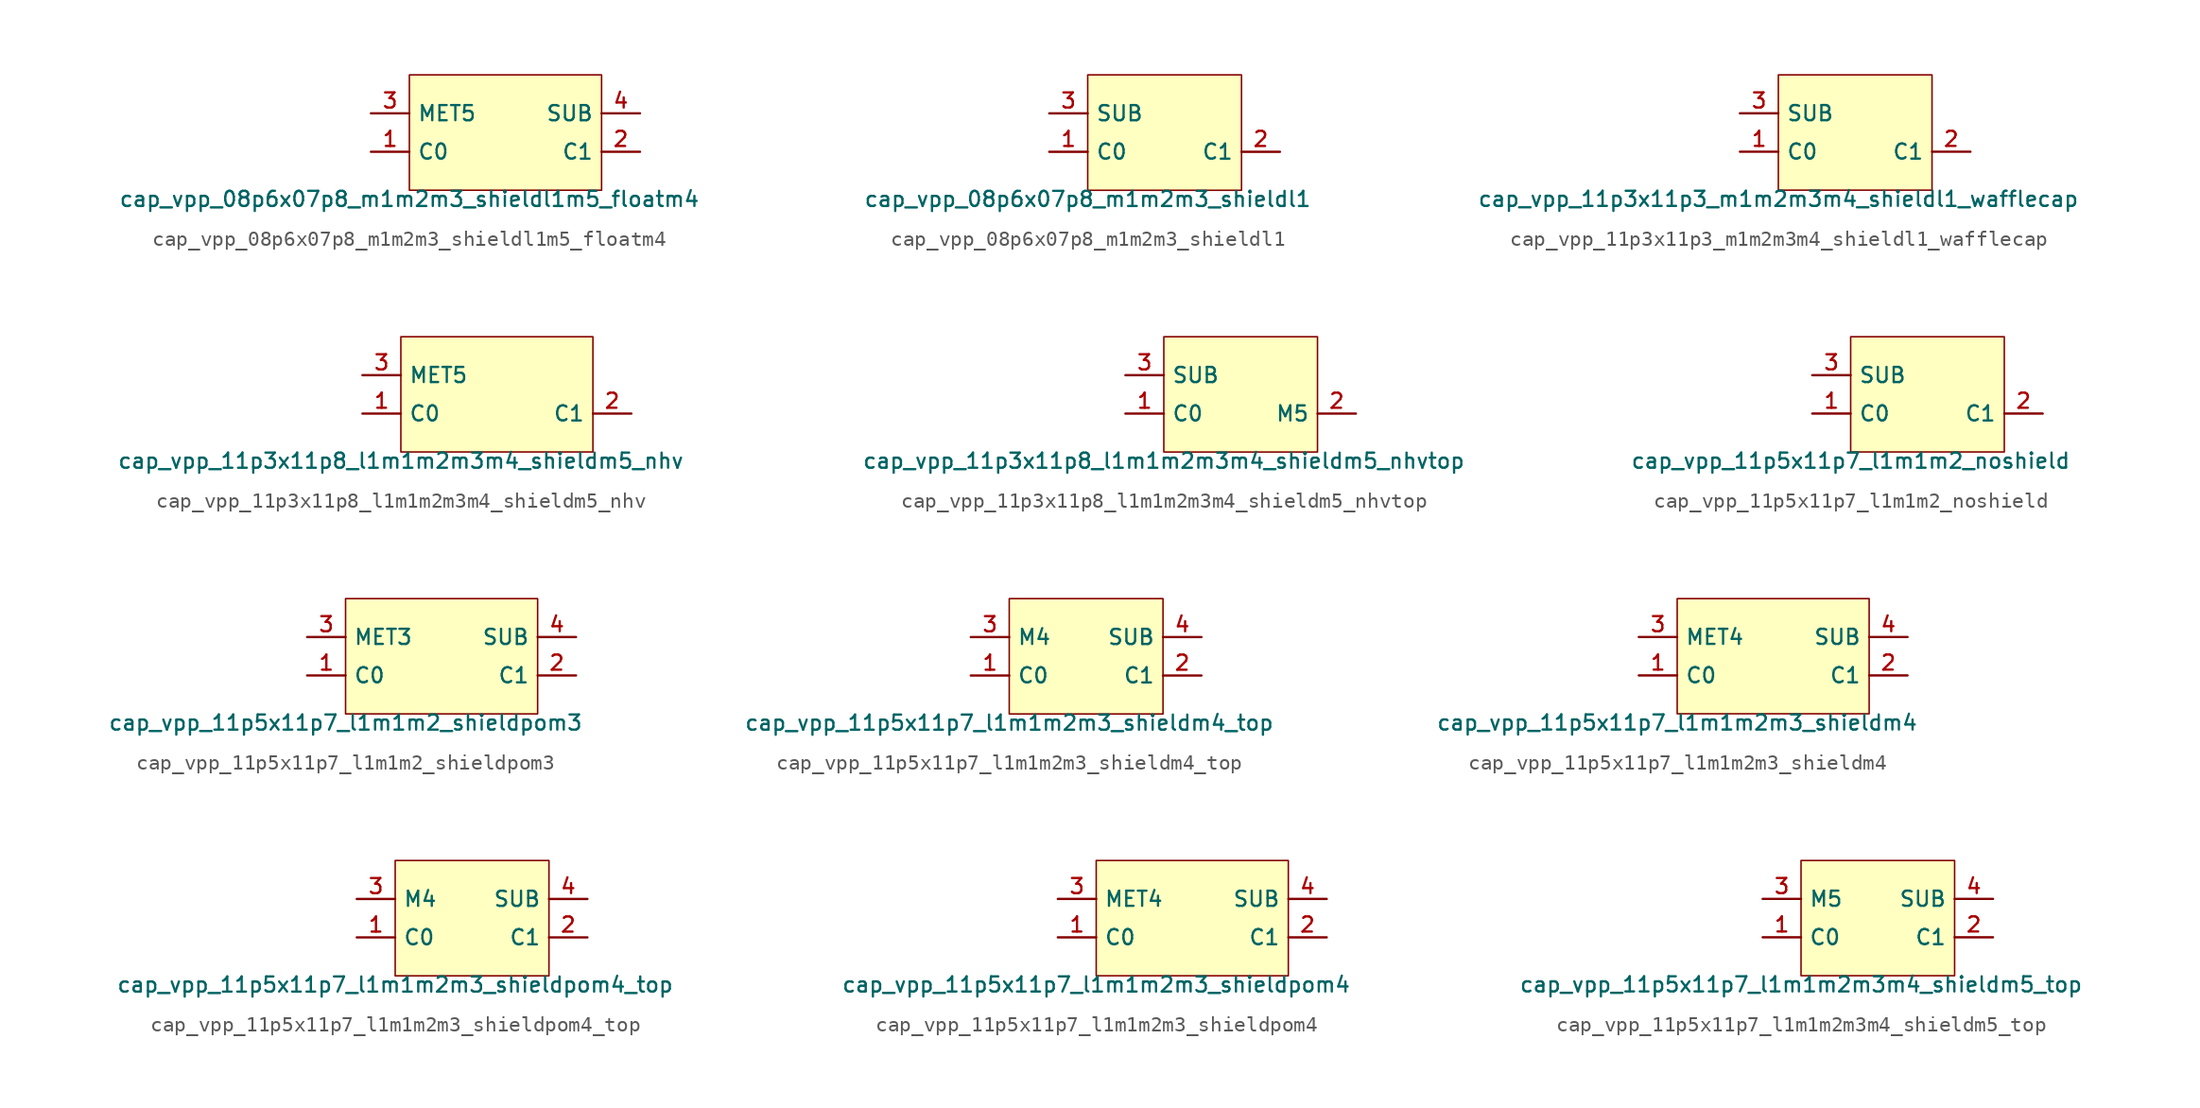
<source format=kicad_sym>
(kicad_symbol_lib
  (version 20211014)
  (generator pdk2kicad)
  (symbol "cap_vpp_08p6x07p8_m1m2m3_shieldl1m5_floatm4"
    (property "Reference" "X"
      (at 0 0 0)
      (effects (font (size 1 1)) hide))
    (property "Value" "cap_vpp_08p6x07p8_m1m2m3_shieldl1m5_floatm4"
      (at -6.35 -3.81 0)
      (effects (font (size 1 1)) (justify top)))
    (rectangle
      (start -6.35 -3.81)
      (end 6.35 3.81)
      (stroke (width 0.1) (type solid) (color 0 0 0 0))
      (fill (type background)))
    (pin bidirectional line
      (at -8.89 -1.27 0)
      (length 2.54)
      (name "C0" (effects (font (size 1 1)) hide))
      (number "1" (effects (font (size 1 1)) hide)))
    (pin bidirectional line
      (at 8.89 -1.27 180)
      (length 2.54)
      (name "C1" (effects (font (size 1 1)) hide))
      (number "2" (effects (font (size 1 1)) hide)))
    (pin bidirectional line
      (at -8.89 1.27 0)
      (length 2.54)
      (name "MET5" (effects (font (size 1 1)) hide))
      (number "3" (effects (font (size 1 1)) hide)))
    (pin bidirectional line
      (at 8.89 1.27 180)
      (length 2.54)
      (name "SUB" (effects (font (size 1 1)) hide))
      (number "4" (effects (font (size 1 1)) hide))))
  (symbol "cap_vpp_08p6x07p8_m1m2m3_shieldl1"
    (property "Reference" "X"
      (at 0 0 0)
      (effects (font (size 1 1)) hide))
    (property "Value" "cap_vpp_08p6x07p8_m1m2m3_shieldl1"
      (at -5.08 -3.81 0)
      (effects (font (size 1 1)) (justify top)))
    (rectangle
      (start -5.08 -3.81)
      (end 5.08 3.81)
      (stroke (width 0.1) (type solid) (color 0 0 0 0))
      (fill (type background)))
    (pin bidirectional line
      (at -7.62 -1.27 0)
      (length 2.54)
      (name "C0" (effects (font (size 1 1)) hide))
      (number "1" (effects (font (size 1 1)) hide)))
    (pin bidirectional line
      (at 7.62 -1.27 180)
      (length 2.54)
      (name "C1" (effects (font (size 1 1)) hide))
      (number "2" (effects (font (size 1 1)) hide)))
    (pin bidirectional line
      (at -7.62 1.27 0)
      (length 2.54)
      (name "SUB" (effects (font (size 1 1)) hide))
      (number "3" (effects (font (size 1 1)) hide))))
  (symbol "cap_vpp_11p3x11p3_m1m2m3m4_shieldl1_wafflecap"
    (property "Reference" "X"
      (at 0 0 0)
      (effects (font (size 1 1)) hide))
    (property "Value" "cap_vpp_11p3x11p3_m1m2m3m4_shieldl1_wafflecap"
      (at -5.08 -3.81 0)
      (effects (font (size 1 1)) (justify top)))
    (rectangle
      (start -5.08 -3.81)
      (end 5.08 3.81)
      (stroke (width 0.1) (type solid) (color 0 0 0 0))
      (fill (type background)))
    (pin bidirectional line
      (at -7.62 -1.27 0)
      (length 2.54)
      (name "C0" (effects (font (size 1 1)) hide))
      (number "1" (effects (font (size 1 1)) hide)))
    (pin bidirectional line
      (at 7.62 -1.27 180)
      (length 2.54)
      (name "C1" (effects (font (size 1 1)) hide))
      (number "2" (effects (font (size 1 1)) hide)))
    (pin bidirectional line
      (at -7.62 1.27 0)
      (length 2.54)
      (name "SUB" (effects (font (size 1 1)) hide))
      (number "3" (effects (font (size 1 1)) hide))))
  (symbol "cap_vpp_11p3x11p8_l1m1m2m3m4_shieldm5_nhv"
    (property "Reference" "X"
      (at 0 0 0)
      (effects (font (size 1 1)) hide))
    (property "Value" "cap_vpp_11p3x11p8_l1m1m2m3m4_shieldm5_nhv"
      (at -6.35 -3.81 0)
      (effects (font (size 1 1)) (justify top)))
    (rectangle
      (start -6.35 -3.81)
      (end 6.35 3.81)
      (stroke (width 0.1) (type solid) (color 0 0 0 0))
      (fill (type background)))
    (pin bidirectional line
      (at -8.89 -1.27 0)
      (length 2.54)
      (name "C0" (effects (font (size 1 1)) hide))
      (number "1" (effects (font (size 1 1)) hide)))
    (pin bidirectional line
      (at 8.89 -1.27 180)
      (length 2.54)
      (name "C1" (effects (font (size 1 1)) hide))
      (number "2" (effects (font (size 1 1)) hide)))
    (pin bidirectional line
      (at -8.89 1.27 0)
      (length 2.54)
      (name "MET5" (effects (font (size 1 1)) hide))
      (number "3" (effects (font (size 1 1)) hide))))
  (symbol "cap_vpp_11p3x11p8_l1m1m2m3m4_shieldm5_nhvtop"
    (property "Reference" "X"
      (at 0 0 0)
      (effects (font (size 1 1)) hide))
    (property "Value" "cap_vpp_11p3x11p8_l1m1m2m3m4_shieldm5_nhvtop"
      (at -5.08 -3.81 0)
      (effects (font (size 1 1)) (justify top)))
    (rectangle
      (start -5.08 -3.81)
      (end 5.08 3.81)
      (stroke (width 0.1) (type solid) (color 0 0 0 0))
      (fill (type background)))
    (pin bidirectional line
      (at -7.62 -1.27 0)
      (length 2.54)
      (name "C0" (effects (font (size 1 1)) hide))
      (number "1" (effects (font (size 1 1)) hide)))
    (pin bidirectional line
      (at 7.62 -1.27 180)
      (length 2.54)
      (name "M5" (effects (font (size 1 1)) hide))
      (number "2" (effects (font (size 1 1)) hide)))
    (pin bidirectional line
      (at -7.62 1.27 0)
      (length 2.54)
      (name "SUB" (effects (font (size 1 1)) hide))
      (number "3" (effects (font (size 1 1)) hide))))
  (symbol "cap_vpp_11p5x11p7_l1m1m2_noshield"
    (property "Reference" "X"
      (at 0 0 0)
      (effects (font (size 1 1)) hide))
    (property "Value" "cap_vpp_11p5x11p7_l1m1m2_noshield"
      (at -5.08 -3.81 0)
      (effects (font (size 1 1)) (justify top)))
    (rectangle
      (start -5.08 -3.81)
      (end 5.08 3.81)
      (stroke (width 0.1) (type solid) (color 0 0 0 0))
      (fill (type background)))
    (pin bidirectional line
      (at -7.62 -1.27 0)
      (length 2.54)
      (name "C0" (effects (font (size 1 1)) hide))
      (number "1" (effects (font (size 1 1)) hide)))
    (pin bidirectional line
      (at 7.62 -1.27 180)
      (length 2.54)
      (name "C1" (effects (font (size 1 1)) hide))
      (number "2" (effects (font (size 1 1)) hide)))
    (pin bidirectional line
      (at -7.62 1.27 0)
      (length 2.54)
      (name "SUB" (effects (font (size 1 1)) hide))
      (number "3" (effects (font (size 1 1)) hide))))
  (symbol "cap_vpp_11p5x11p7_l1m1m2_shieldpom3"
    (property "Reference" "X"
      (at 0 0 0)
      (effects (font (size 1 1)) hide))
    (property "Value" "cap_vpp_11p5x11p7_l1m1m2_shieldpom3"
      (at -6.35 -3.81 0)
      (effects (font (size 1 1)) (justify top)))
    (rectangle
      (start -6.35 -3.81)
      (end 6.35 3.81)
      (stroke (width 0.1) (type solid) (color 0 0 0 0))
      (fill (type background)))
    (pin bidirectional line
      (at -8.89 -1.27 0)
      (length 2.54)
      (name "C0" (effects (font (size 1 1)) hide))
      (number "1" (effects (font (size 1 1)) hide)))
    (pin bidirectional line
      (at 8.89 -1.27 180)
      (length 2.54)
      (name "C1" (effects (font (size 1 1)) hide))
      (number "2" (effects (font (size 1 1)) hide)))
    (pin bidirectional line
      (at -8.89 1.27 0)
      (length 2.54)
      (name "MET3" (effects (font (size 1 1)) hide))
      (number "3" (effects (font (size 1 1)) hide)))
    (pin bidirectional line
      (at 8.89 1.27 180)
      (length 2.54)
      (name "SUB" (effects (font (size 1 1)) hide))
      (number "4" (effects (font (size 1 1)) hide))))
  (symbol "cap_vpp_11p5x11p7_l1m1m2m3_shieldm4_top"
    (property "Reference" "X"
      (at 0 0 0)
      (effects (font (size 1 1)) hide))
    (property "Value" "cap_vpp_11p5x11p7_l1m1m2m3_shieldm4_top"
      (at -5.08 -3.81 0)
      (effects (font (size 1 1)) (justify top)))
    (rectangle
      (start -5.08 -3.81)
      (end 5.08 3.81)
      (stroke (width 0.1) (type solid) (color 0 0 0 0))
      (fill (type background)))
    (pin bidirectional line
      (at -7.62 -1.27 0)
      (length 2.54)
      (name "C0" (effects (font (size 1 1)) hide))
      (number "1" (effects (font (size 1 1)) hide)))
    (pin bidirectional line
      (at 7.62 -1.27 180)
      (length 2.54)
      (name "C1" (effects (font (size 1 1)) hide))
      (number "2" (effects (font (size 1 1)) hide)))
    (pin bidirectional line
      (at -7.62 1.27 0)
      (length 2.54)
      (name "M4" (effects (font (size 1 1)) hide))
      (number "3" (effects (font (size 1 1)) hide)))
    (pin bidirectional line
      (at 7.62 1.27 180)
      (length 2.54)
      (name "SUB" (effects (font (size 1 1)) hide))
      (number "4" (effects (font (size 1 1)) hide))))
  (symbol "cap_vpp_11p5x11p7_l1m1m2m3_shieldm4"
    (property "Reference" "X"
      (at 0 0 0)
      (effects (font (size 1 1)) hide))
    (property "Value" "cap_vpp_11p5x11p7_l1m1m2m3_shieldm4"
      (at -6.35 -3.81 0)
      (effects (font (size 1 1)) (justify top)))
    (rectangle
      (start -6.35 -3.81)
      (end 6.35 3.81)
      (stroke (width 0.1) (type solid) (color 0 0 0 0))
      (fill (type background)))
    (pin bidirectional line
      (at -8.89 -1.27 0)
      (length 2.54)
      (name "C0" (effects (font (size 1 1)) hide))
      (number "1" (effects (font (size 1 1)) hide)))
    (pin bidirectional line
      (at 8.89 -1.27 180)
      (length 2.54)
      (name "C1" (effects (font (size 1 1)) hide))
      (number "2" (effects (font (size 1 1)) hide)))
    (pin bidirectional line
      (at -8.89 1.27 0)
      (length 2.54)
      (name "MET4" (effects (font (size 1 1)) hide))
      (number "3" (effects (font (size 1 1)) hide)))
    (pin bidirectional line
      (at 8.89 1.27 180)
      (length 2.54)
      (name "SUB" (effects (font (size 1 1)) hide))
      (number "4" (effects (font (size 1 1)) hide))))
  (symbol "cap_vpp_11p5x11p7_l1m1m2m3_shieldpom4_top"
    (property "Reference" "X"
      (at 0 0 0)
      (effects (font (size 1 1)) hide))
    (property "Value" "cap_vpp_11p5x11p7_l1m1m2m3_shieldpom4_top"
      (at -5.08 -3.81 0)
      (effects (font (size 1 1)) (justify top)))
    (rectangle
      (start -5.08 -3.81)
      (end 5.08 3.81)
      (stroke (width 0.1) (type solid) (color 0 0 0 0))
      (fill (type background)))
    (pin bidirectional line
      (at -7.62 -1.27 0)
      (length 2.54)
      (name "C0" (effects (font (size 1 1)) hide))
      (number "1" (effects (font (size 1 1)) hide)))
    (pin bidirectional line
      (at 7.62 -1.27 180)
      (length 2.54)
      (name "C1" (effects (font (size 1 1)) hide))
      (number "2" (effects (font (size 1 1)) hide)))
    (pin bidirectional line
      (at -7.62 1.27 0)
      (length 2.54)
      (name "M4" (effects (font (size 1 1)) hide))
      (number "3" (effects (font (size 1 1)) hide)))
    (pin bidirectional line
      (at 7.62 1.27 180)
      (length 2.54)
      (name "SUB" (effects (font (size 1 1)) hide))
      (number "4" (effects (font (size 1 1)) hide))))
  (symbol "cap_vpp_11p5x11p7_l1m1m2m3_shieldpom4"
    (property "Reference" "X"
      (at 0 0 0)
      (effects (font (size 1 1)) hide))
    (property "Value" "cap_vpp_11p5x11p7_l1m1m2m3_shieldpom4"
      (at -6.35 -3.81 0)
      (effects (font (size 1 1)) (justify top)))
    (rectangle
      (start -6.35 -3.81)
      (end 6.35 3.81)
      (stroke (width 0.1) (type solid) (color 0 0 0 0))
      (fill (type background)))
    (pin bidirectional line
      (at -8.89 -1.27 0)
      (length 2.54)
      (name "C0" (effects (font (size 1 1)) hide))
      (number "1" (effects (font (size 1 1)) hide)))
    (pin bidirectional line
      (at 8.89 -1.27 180)
      (length 2.54)
      (name "C1" (effects (font (size 1 1)) hide))
      (number "2" (effects (font (size 1 1)) hide)))
    (pin bidirectional line
      (at -8.89 1.27 0)
      (length 2.54)
      (name "MET4" (effects (font (size 1 1)) hide))
      (number "3" (effects (font (size 1 1)) hide)))
    (pin bidirectional line
      (at 8.89 1.27 180)
      (length 2.54)
      (name "SUB" (effects (font (size 1 1)) hide))
      (number "4" (effects (font (size 1 1)) hide))))
  (symbol "cap_vpp_11p5x11p7_l1m1m2m3m4_shieldm5_top"
    (property "Reference" "X"
      (at 0 0 0)
      (effects (font (size 1 1)) hide))
    (property "Value" "cap_vpp_11p5x11p7_l1m1m2m3m4_shieldm5_top"
      (at -5.08 -3.81 0)
      (effects (font (size 1 1)) (justify top)))
    (rectangle
      (start -5.08 -3.81)
      (end 5.08 3.81)
      (stroke (width 0.1) (type solid) (color 0 0 0 0))
      (fill (type background)))
    (pin bidirectional line
      (at -7.62 -1.27 0)
      (length 2.54)
      (name "C0" (effects (font (size 1 1)) hide))
      (number "1" (effects (font (size 1 1)) hide)))
    (pin bidirectional line
      (at 7.62 -1.27 180)
      (length 2.54)
      (name "C1" (effects (font (size 1 1)) hide))
      (number "2" (effects (font (size 1 1)) hide)))
    (pin bidirectional line
      (at -7.62 1.27 0)
      (length 2.54)
      (name "M5" (effects (font (size 1 1)) hide))
      (number "3" (effects (font (size 1 1)) hide)))
    (pin bidirectional line
      (at 7.62 1.27 180)
      (length 2.54)
      (name "SUB" (effects (font (size 1 1)) hide))
      (number "4" (effects (font (size 1 1)) hide)))))
</source>
